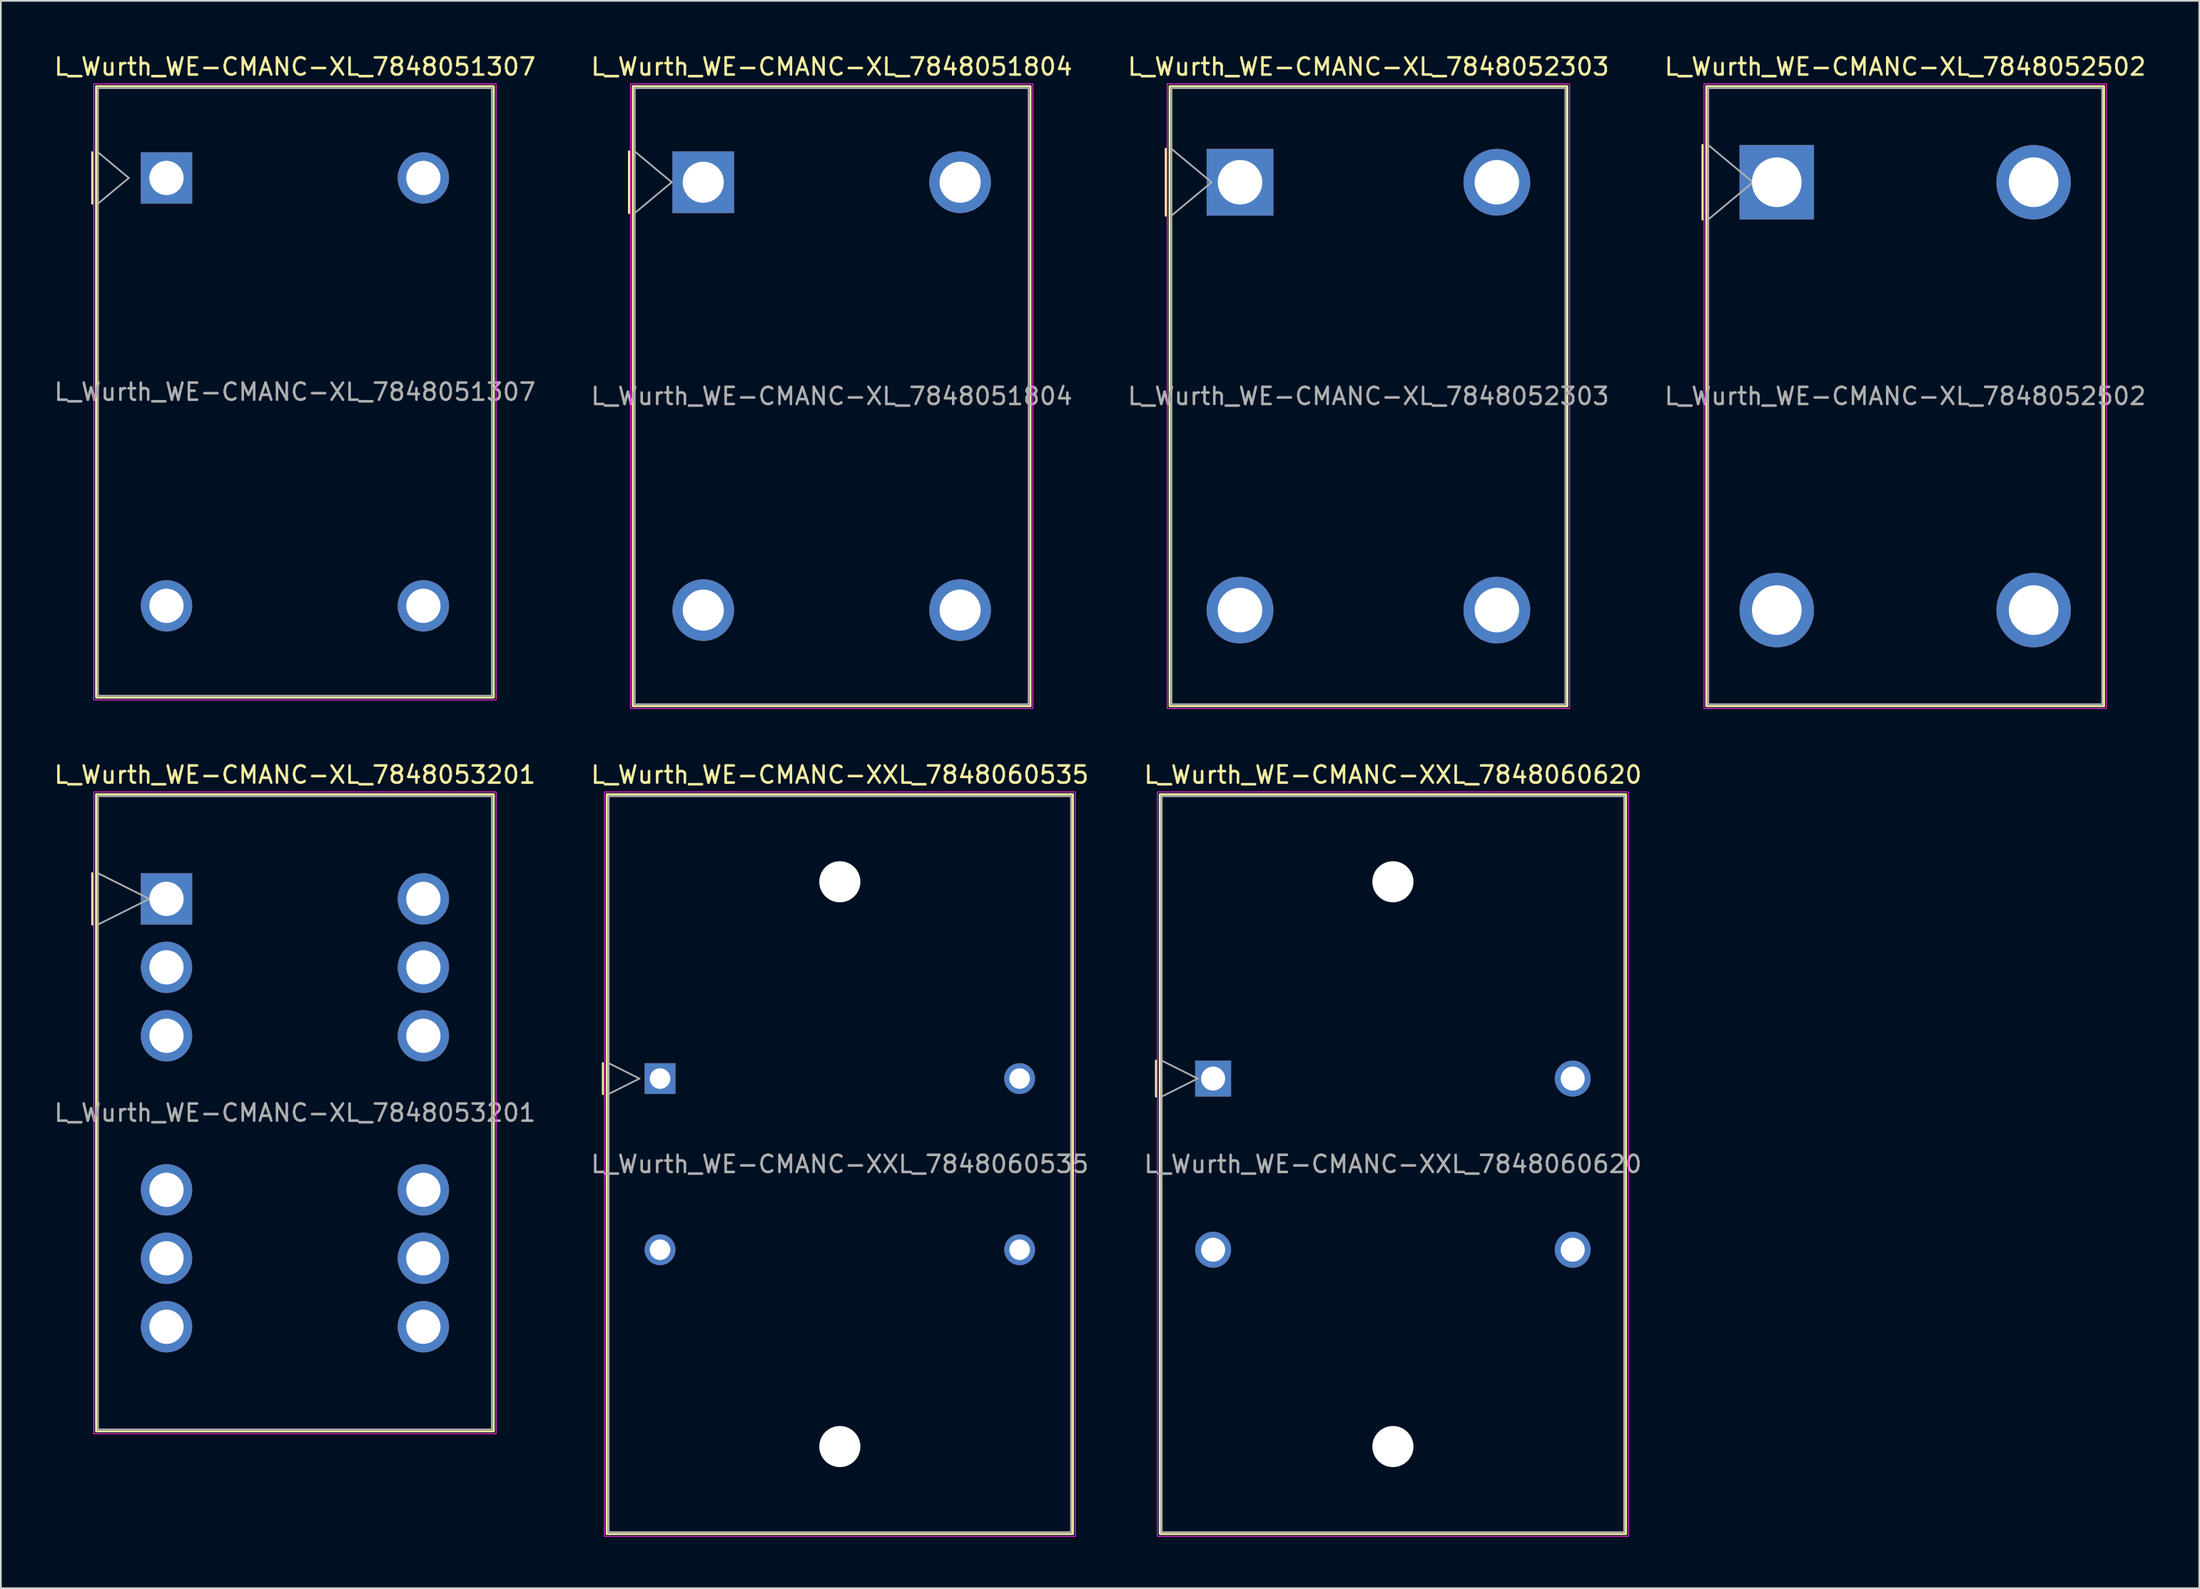
<source format=kicad_pcb>
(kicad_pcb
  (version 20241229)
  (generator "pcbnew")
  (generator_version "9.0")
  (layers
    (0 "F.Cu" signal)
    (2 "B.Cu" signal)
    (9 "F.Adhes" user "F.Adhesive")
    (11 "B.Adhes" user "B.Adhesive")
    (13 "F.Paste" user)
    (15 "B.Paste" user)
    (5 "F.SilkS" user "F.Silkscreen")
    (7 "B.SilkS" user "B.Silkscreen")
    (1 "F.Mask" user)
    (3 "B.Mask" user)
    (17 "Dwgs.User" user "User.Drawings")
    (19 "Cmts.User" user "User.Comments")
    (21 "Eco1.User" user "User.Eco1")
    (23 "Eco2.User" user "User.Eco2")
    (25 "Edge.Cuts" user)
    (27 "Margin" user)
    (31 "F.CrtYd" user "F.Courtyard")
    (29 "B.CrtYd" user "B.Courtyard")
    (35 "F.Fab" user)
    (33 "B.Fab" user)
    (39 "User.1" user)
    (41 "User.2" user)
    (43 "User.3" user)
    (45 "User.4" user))
  (footprint "L_Wurth_WE-CMANC-XL_7848051307"
    (layer "F.Cu")
    (at 6.673 7.348)
    (property "Reference" "L_Wurth_WE-CMANC-XL_7848051307" (at 7.5 -6.5 0) (unlocked yes) (layer "F.SilkS") (effects (font (size 1 1) (thickness 0.15))))
    (attr through_hole)
    (fp_line (start -4.335 -1.5) (end -4.335 1.5) (stroke (width 0.12) (type solid)) (layer "F.SilkS"))
    (fp_rect (start -4.11 -5.36) (end 19.11 30.36) (stroke (width 0.12) (type solid)) (fill no) (layer "F.SilkS"))
    (fp_rect (start -4.25 -5.5) (end 19.25 30.5) (stroke (width 0.05) (type solid)) (fill no) (layer "F.CrtYd"))
    (fp_line (start -4 -1.5) (end -2.2 0) (stroke (width 0.1) (type solid)) (layer "F.Fab"))
    (fp_line (start -4 1.5) (end -2.2 0) (stroke (width 0.1) (type solid)) (layer "F.Fab"))
    (fp_rect (start -4 -5.25) (end 19 30.25) (stroke (width 0.1) (type solid)) (fill no) (layer "F.Fab"))
    (fp_text user "${REFERENCE}" (at 7.5 12.5 0) (unlocked yes) (layer "F.Fab") (effects (font (size 1 1) (thickness 0.15))))
    (pad "1" thru_hole rect (at 0 0) (size 3 3) (drill 2) (layers "*.Cu" "*.Mask"))
    (pad "2" thru_hole circle (at 0 25) (size 3 3) (drill 2) (layers "*.Cu" "*.Mask"))
    (pad "3" thru_hole circle (at 15 25) (size 3 3) (drill 2) (layers "*.Cu" "*.Mask"))
    (pad "4" thru_hole circle (at 15 0) (size 3 3) (drill 2) (layers "*.Cu" "*.Mask")))
  (footprint "L_Wurth_WE-CMANC-XXL_7848060620"
    (layer "F.Cu")
    (at 67.792 59.971)
    (property "Reference" "L_Wurth_WE-CMANC-XXL_7848060620" (at 10.5 -17.75 0) (unlocked yes) (layer "F.SilkS") (effects (font (size 1 1) (thickness 0.15))))
    (attr through_hole)
    (fp_line (start -3.335 -1.05) (end -3.335 1.05) (stroke (width 0.12) (type solid)) (layer "F.SilkS"))
    (fp_rect (start -3.11 -16.61) (end 24.11 26.61) (stroke (width 0.12) (type solid)) (fill no) (layer "F.SilkS"))
    (fp_rect (start -3.25 -16.75) (end 24.25 26.75) (stroke (width 0.05) (type solid)) (fill no) (layer "F.CrtYd"))
    (fp_line (start -3 -1.05) (end -0.9 0) (stroke (width 0.1) (type solid)) (layer "F.Fab"))
    (fp_line (start -3 1.05) (end -0.9 0) (stroke (width 0.1) (type solid)) (layer "F.Fab"))
    (fp_rect (start -3 -16.5) (end 24 26.5) (stroke (width 0.1) (type solid)) (fill no) (layer "F.Fab"))
    (fp_text user "${REFERENCE}" (at 10.5 5 0) (unlocked yes) (layer "F.Fab") (effects (font (size 1 1) (thickness 0.15))))
    (pad "" np_thru_hole circle (at 10.5 -11.5) (size 2.4 2.4) (drill 2.4) (layers "*.Cu" "*.Mask"))
    (pad "" np_thru_hole circle (at 10.5 21.5) (size 2.4 2.4) (drill 2.4) (layers "*.Cu" "*.Mask"))
    (pad "1" thru_hole rect (at 0 0) (size 2.1 2.1) (drill 1.4) (layers "*.Cu" "*.Mask"))
    (pad "2" thru_hole circle (at 0 10) (size 2.1 2.1) (drill 1.4) (layers "*.Cu" "*.Mask"))
    (pad "3" thru_hole circle (at 21 10) (size 2.1 2.1) (drill 1.4) (layers "*.Cu" "*.Mask"))
    (pad "4" thru_hole circle (at 21 0) (size 2.1 2.1) (drill 1.4) (layers "*.Cu" "*.Mask")))
  (footprint "L_Wurth_WE-CMANC-XL_7848052303"
    (layer "F.Cu")
    (at 69.363 7.598)
    (property "Reference" "L_Wurth_WE-CMANC-XL_7848052303" (at 7.5 -6.75 0) (unlocked yes) (layer "F.SilkS") (effects (font (size 1 1) (thickness 0.15))))
    (attr through_hole)
    (fp_line (start -4.335 -1.95) (end -4.335 1.95) (stroke (width 0.12) (type solid)) (layer "F.SilkS"))
    (fp_rect (start -4.11 -5.61) (end 19.11 30.61) (stroke (width 0.12) (type solid)) (fill no) (layer "F.SilkS"))
    (fp_rect (start -4.25 -5.75) (end 19.25 30.75) (stroke (width 0.05) (type solid)) (fill no) (layer "F.CrtYd"))
    (fp_line (start -4 -1.95) (end -1.66 0) (stroke (width 0.1) (type solid)) (layer "F.Fab"))
    (fp_line (start -4 1.95) (end -1.66 0) (stroke (width 0.1) (type solid)) (layer "F.Fab"))
    (fp_rect (start -4 -5.5) (end 19 30.5) (stroke (width 0.1) (type solid)) (fill no) (layer "F.Fab"))
    (fp_text user "${REFERENCE}" (at 7.5 12.5 0) (unlocked yes) (layer "F.Fab") (effects (font (size 1 1) (thickness 0.15))))
    (pad "1" thru_hole rect (at 0 0) (size 3.9 3.9) (drill 2.6) (layers "*.Cu" "*.Mask"))
    (pad "2" thru_hole circle (at 0 25) (size 3.9 3.9) (drill 2.6) (layers "*.Cu" "*.Mask"))
    (pad "3" thru_hole circle (at 15 25) (size 3.9 3.9) (drill 2.6) (layers "*.Cu" "*.Mask"))
    (pad "4" thru_hole circle (at 15 0) (size 3.9 3.9) (drill 2.6) (layers "*.Cu" "*.Mask")))
  (footprint "L_Wurth_WE-CMANC-XL_7848053201"
    (layer "F.Cu")
    (at 6.673 49.471)
    (property "Reference" "L_Wurth_WE-CMANC-XL_7848053201" (at 7.5 -7.25 0) (unlocked yes) (layer "F.SilkS") (effects (font (size 1 1) (thickness 0.15))))
    (attr through_hole)
    (fp_line (start -4.335 -1.5) (end -4.335 1.5) (stroke (width 0.12) (type solid)) (layer "F.SilkS"))
    (fp_rect (start -4.11 -6.11) (end 19.11 31.11) (stroke (width 0.12) (type solid)) (fill no) (layer "F.SilkS"))
    (fp_rect (start -4.25 -6.25) (end 19.25 31.25) (stroke (width 0.05) (type solid)) (fill no) (layer "F.CrtYd"))
    (fp_line (start -4 -1.5) (end -1 0) (stroke (width 0.1) (type solid)) (layer "F.Fab"))
    (fp_line (start -4 1.5) (end -1 0) (stroke (width 0.1) (type solid)) (layer "F.Fab"))
    (fp_rect (start -4 -6) (end 19 31) (stroke (width 0.1) (type solid)) (fill no) (layer "F.Fab"))
    (fp_text user "${REFERENCE}" (at 7.5 12.5 0) (unlocked yes) (layer "F.Fab") (effects (font (size 1 1) (thickness 0.15))))
    (pad "1" thru_hole rect (at 0 0) (size 3 3) (drill 2) (layers "*.Cu" "*.Mask"))
    (pad "2" thru_hole circle (at 0 4) (size 3 3) (drill 2) (layers "*.Cu" "*.Mask"))
    (pad "3" thru_hole circle (at 0 8) (size 3 3) (drill 2) (layers "*.Cu" "*.Mask"))
    (pad "4" thru_hole circle (at 0 17) (size 3 3) (drill 2) (layers "*.Cu" "*.Mask"))
    (pad "5.0" thru_hole circle (at 0 21) (size 3 3) (drill 2) (layers "*.Cu" "*.Mask"))
    (pad "6.0" thru_hole circle (at 0 25) (size 3 3) (drill 2) (layers "*.Cu" "*.Mask"))
    (pad "7.0" thru_hole circle (at 15 25) (size 3 3) (drill 2) (layers "*.Cu" "*.Mask"))
    (pad "8.0" thru_hole circle (at 15 21) (size 3 3) (drill 2) (layers "*.Cu" "*.Mask"))
    (pad "9.0" thru_hole circle (at 15 17) (size 3 3) (drill 2) (layers "*.Cu" "*.Mask"))
    (pad "10.0" thru_hole circle (at 15 8) (size 3 3) (drill 2) (layers "*.Cu" "*.Mask"))
    (pad "11.0" thru_hole circle (at 15 4) (size 3 3) (drill 2) (layers "*.Cu" "*.Mask"))
    (pad "12.0" thru_hole circle (at 15 0) (size 3 3) (drill 2) (layers "*.Cu" "*.Mask")))
  (footprint "L_Wurth_WE-CMANC-XL_7848051804"
    (layer "F.Cu")
    (at 38.018 7.598)
    (property "Reference" "L_Wurth_WE-CMANC-XL_7848051804" (at 7.5 -6.75 0) (unlocked yes) (layer "F.SilkS") (effects (font (size 1 1) (thickness 0.15))))
    (attr through_hole)
    (fp_line (start -4.335 -1.8) (end -4.335 1.8) (stroke (width 0.12) (type solid)) (layer "F.SilkS"))
    (fp_rect (start -4.11 -5.61) (end 19.11 30.61) (stroke (width 0.12) (type solid)) (fill no) (layer "F.SilkS"))
    (fp_rect (start -4.25 -5.75) (end 19.25 30.75) (stroke (width 0.05) (type solid)) (fill no) (layer "F.CrtYd"))
    (fp_line (start -4 -1.8) (end -1.84 0) (stroke (width 0.1) (type solid)) (layer "F.Fab"))
    (fp_line (start -4 1.8) (end -1.84 0) (stroke (width 0.1) (type solid)) (layer "F.Fab"))
    (fp_rect (start -4 -5.5) (end 19 30.5) (stroke (width 0.1) (type solid)) (fill no) (layer "F.Fab"))
    (fp_text user "${REFERENCE}" (at 7.5 12.5 0) (unlocked yes) (layer "F.Fab") (effects (font (size 1 1) (thickness 0.15))))
    (pad "1" thru_hole rect (at 0 0) (size 3.6 3.6) (drill 2.4) (layers "*.Cu" "*.Mask"))
    (pad "2" thru_hole circle (at 0 25) (size 3.6 3.6) (drill 2.4) (layers "*.Cu" "*.Mask"))
    (pad "3" thru_hole circle (at 15 25) (size 3.6 3.6) (drill 2.4) (layers "*.Cu" "*.Mask"))
    (pad "4" thru_hole circle (at 15 0) (size 3.6 3.6) (drill 2.4) (layers "*.Cu" "*.Mask")))
  (footprint "L_Wurth_WE-CMANC-XXL_7848060535"
    (layer "F.Cu")
    (at 35.494 59.971)
    (property "Reference" "L_Wurth_WE-CMANC-XXL_7848060535" (at 10.5 -17.75 0) (unlocked yes) (layer "F.SilkS") (effects (font (size 1 1) (thickness 0.15))))
    (attr through_hole)
    (fp_line (start -3.335 -0.9) (end -3.335 0.9) (stroke (width 0.12) (type solid)) (layer "F.SilkS"))
    (fp_rect (start -3.11 -16.61) (end 24.11 26.61) (stroke (width 0.12) (type solid)) (fill no) (layer "F.SilkS"))
    (fp_rect (start -3.25 -16.75) (end 24.25 26.75) (stroke (width 0.05) (type solid)) (fill no) (layer "F.CrtYd"))
    (fp_line (start -3 -0.9) (end -1.2 0) (stroke (width 0.1) (type solid)) (layer "F.Fab"))
    (fp_line (start -3 0.9) (end -1.2 0) (stroke (width 0.1) (type solid)) (layer "F.Fab"))
    (fp_rect (start -3 -16.5) (end 24 26.5) (stroke (width 0.1) (type solid)) (fill no) (layer "F.Fab"))
    (fp_text user "${REFERENCE}" (at 10.5 5 0) (unlocked yes) (layer "F.Fab") (effects (font (size 1 1) (thickness 0.15))))
    (pad "" np_thru_hole circle (at 10.5 -11.5) (size 2.4 2.4) (drill 2.4) (layers "*.Cu" "*.Mask"))
    (pad "" np_thru_hole circle (at 10.5 21.5) (size 2.4 2.4) (drill 2.4) (layers "*.Cu" "*.Mask"))
    (pad "1" thru_hole rect (at 0 0) (size 1.8 1.8) (drill 1.2) (layers "*.Cu" "*.Mask"))
    (pad "2" thru_hole circle (at 0 10) (size 1.8 1.8) (drill 1.2) (layers "*.Cu" "*.Mask"))
    (pad "3" thru_hole circle (at 21 10) (size 1.8 1.8) (drill 1.2) (layers "*.Cu" "*.Mask"))
    (pad "4" thru_hole circle (at 21 0) (size 1.8 1.8) (drill 1.2) (layers "*.Cu" "*.Mask")))
  (footprint "L_Wurth_WE-CMANC-XL_7848052502"
    (layer "F.Cu")
    (at 100.708 7.598)
    (property "Reference" "L_Wurth_WE-CMANC-XL_7848052502" (at 7.5 -6.75 0) (unlocked yes) (layer "F.SilkS") (effects (font (size 1 1) (thickness 0.15))))
    (attr through_hole)
    (fp_line (start -4.335 -2.175) (end -4.335 2.175) (stroke (width 0.12) (type solid)) (layer "F.SilkS"))
    (fp_rect (start -4.11 -5.61) (end 19.11 30.61) (stroke (width 0.12) (type solid)) (fill no) (layer "F.SilkS"))
    (fp_rect (start -4.25 -5.75) (end 19.25 30.75) (stroke (width 0.05) (type solid)) (fill no) (layer "F.CrtYd"))
    (fp_line (start -4 -2.175) (end -1.39 0) (stroke (width 0.1) (type solid)) (layer "F.Fab"))
    (fp_line (start -4 2.175) (end -1.39 0) (stroke (width 0.1) (type solid)) (layer "F.Fab"))
    (fp_rect (start -4 -5.5) (end 19 30.5) (stroke (width 0.1) (type solid)) (fill no) (layer "F.Fab"))
    (fp_text user "${REFERENCE}" (at 7.5 12.5 0) (unlocked yes) (layer "F.Fab") (effects (font (size 1 1) (thickness 0.15))))
    (pad "1" thru_hole rect (at 0 0) (size 4.35 4.35) (drill 2.9) (layers "*.Cu" "*.Mask"))
    (pad "2" thru_hole circle (at 0 25) (size 4.35 4.35) (drill 2.9) (layers "*.Cu" "*.Mask"))
    (pad "3" thru_hole circle (at 15 25) (size 4.35 4.35) (drill 2.9) (layers "*.Cu" "*.Mask"))
    (pad "4" thru_hole circle (at 15 0) (size 4.35 4.35) (drill 2.9) (layers "*.Cu" "*.Mask")))
  (gr_rect
    (start -3 -3)
    (end 125.381 89.746)
    (stroke (width 0.1) (type default))
    (fill no)
    (layer "Edge.Cuts")))
</source>
